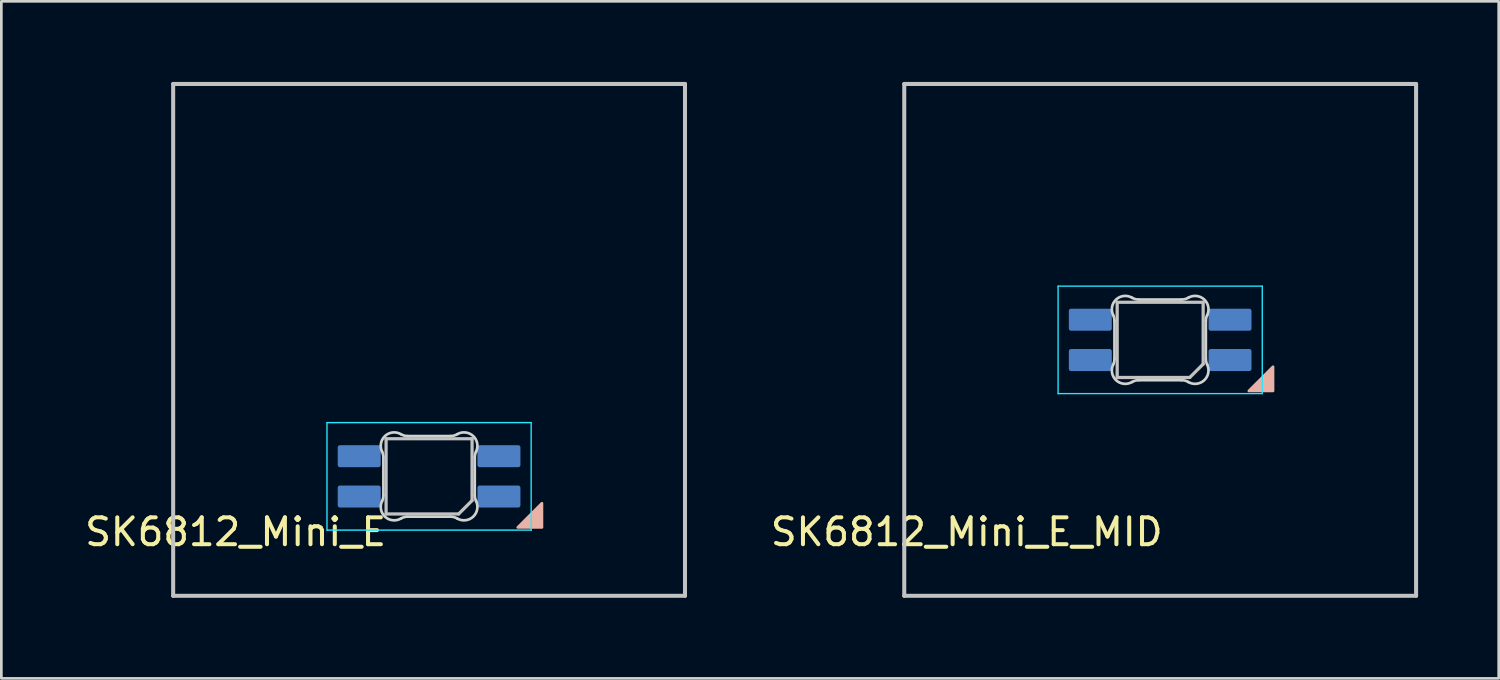
<source format=kicad_pcb>
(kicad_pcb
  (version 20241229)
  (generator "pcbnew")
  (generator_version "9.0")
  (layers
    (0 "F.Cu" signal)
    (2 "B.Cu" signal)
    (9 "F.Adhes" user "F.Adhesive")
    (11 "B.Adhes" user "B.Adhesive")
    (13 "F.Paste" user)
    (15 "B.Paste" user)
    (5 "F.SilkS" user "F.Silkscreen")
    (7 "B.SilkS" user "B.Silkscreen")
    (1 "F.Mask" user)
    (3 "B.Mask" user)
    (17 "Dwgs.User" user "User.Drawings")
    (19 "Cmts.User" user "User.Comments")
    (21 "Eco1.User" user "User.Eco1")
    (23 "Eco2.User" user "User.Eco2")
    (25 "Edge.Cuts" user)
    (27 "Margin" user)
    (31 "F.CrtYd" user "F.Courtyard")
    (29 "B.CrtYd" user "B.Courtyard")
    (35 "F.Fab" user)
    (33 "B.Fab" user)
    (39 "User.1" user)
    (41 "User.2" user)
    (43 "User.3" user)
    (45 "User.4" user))
  (footprint "SK6812_Mini_E"
    (layer "F.Cu")
    (at 12.92 9.6)
    (property "Reference" "SK6812_Mini_E" (at -7.2 7.15 0) (layer "F.SilkS") (effects (font (size 1 1) (thickness 0.15))))
    (attr through_hole)
    (fp_poly (pts (xy 4.2 6.08) (xy 3.3 6.98) (xy 4.2 6.98)) (stroke (width 0.1) (type solid)) (fill yes) (layer "B.SilkS"))
    (fp_line (start -9.525 -9.525) (end 9.525 -9.525) (stroke (width 0.15) (type solid)) (layer "Dwgs.User"))
    (fp_line (start -9.525 9.525) (end -9.525 -9.525) (stroke (width 0.15) (type solid)) (layer "Dwgs.User"))
    (fp_line (start -1.6 3.68) (end -1.6 6.48) (stroke (width 0.12) (type solid)) (layer "Dwgs.User"))
    (fp_line (start -1.6 6.48) (end 1.1 6.48) (stroke (width 0.12) (type solid)) (layer "Dwgs.User"))
    (fp_line (start 1.6 3.68) (end -1.6 3.68) (stroke (width 0.12) (type solid)) (layer "Dwgs.User"))
    (fp_line (start 1.6 5.98) (end 1.1 6.48) (stroke (width 0.12) (type solid)) (layer "Dwgs.User"))
    (fp_line (start 1.6 5.98) (end 1.6 3.68) (stroke (width 0.12) (type solid)) (layer "Dwgs.User"))
    (fp_line (start 9.525 -9.525) (end 9.525 9.525) (stroke (width 0.15) (type solid)) (layer "Dwgs.User"))
    (fp_line (start 9.525 9.525) (end -9.525 9.525) (stroke (width 0.15) (type solid)) (layer "Dwgs.User"))
    (fp_line (start -1.7 5.783) (end -1.7 4.377) (stroke (width 0.1) (type solid)) (layer "Edge.Cuts"))
    (fp_line (start -0.794 3.58) (end 0.794 3.58) (stroke (width 0.1) (type solid)) (layer "Edge.Cuts"))
    (fp_line (start 0.794 6.58) (end -0.794 6.58) (stroke (width 0.1) (type solid)) (layer "Edge.Cuts"))
    (fp_line (start 1.7 4.377) (end 1.7 5.783) (stroke (width 0.1) (type solid)) (layer "Edge.Cuts"))
    (fp_arc (start -1.749484 4.160279) (mid -1.712527 4.265931) (end -1.699999 4.377157) (stroke (width 0.1) (type solid)) (layer "Edge.Cuts"))
    (fp_arc (start -1.749484 4.160279) (mid -1.638071 3.575964) (end -1.046711 3.5117) (stroke (width 0.1) (type solid)) (layer "Edge.Cuts"))
    (fp_arc (start -1.699999 5.782842) (mid -1.712527 5.894067) (end -1.749484 5.999719) (stroke (width 0.1) (type solid)) (layer "Edge.Cuts"))
    (fp_arc (start -1.046711 6.648296) (mid -1.63807 6.584033) (end -1.749484 5.999719) (stroke (width 0.1) (type solid)) (layer "Edge.Cuts"))
    (fp_arc (start -1.04671 6.648298) (mid -0.925122 6.597376) (end -0.794452 6.579999) (stroke (width 0.1) (type solid)) (layer "Edge.Cuts"))
    (fp_arc (start -0.794453 3.579999) (mid -0.925123 3.562622) (end -1.046711 3.5117) (stroke (width 0.1) (type solid)) (layer "Edge.Cuts"))
    (fp_arc (start 0.794452 6.579999) (mid 0.925123 6.597376) (end 1.046711 6.648298) (stroke (width 0.1) (type solid)) (layer "Edge.Cuts"))
    (fp_arc (start 1.046711 3.511701) (mid 0.925123 3.562623) (end 0.794453 3.58) (stroke (width 0.1) (type solid)) (layer "Edge.Cuts"))
    (fp_arc (start 1.046711 3.511701) (mid 1.638071 3.575965) (end 1.749484 4.160279) (stroke (width 0.1) (type solid)) (layer "Edge.Cuts"))
    (fp_arc (start 1.699999 4.377156) (mid 1.712527 4.265931) (end 1.749484 4.160279) (stroke (width 0.1) (type solid)) (layer "Edge.Cuts"))
    (fp_arc (start 1.749484 5.999718) (mid 1.638072 6.584034) (end 1.046711 6.648298) (stroke (width 0.1) (type solid)) (layer "Edge.Cuts"))
    (fp_arc (start 1.749484 5.999719) (mid 1.712527 5.894067) (end 1.699999 5.782841) (stroke (width 0.1) (type solid)) (layer "Edge.Cuts"))
    (fp_line (start -3.8 3.08) (end -3.8 7.08) (stroke (width 0.05) (type solid)) (layer "B.CrtYd"))
    (fp_line (start -3.8 7.08) (end 3.8 7.08) (stroke (width 0.05) (type solid)) (layer "B.CrtYd"))
    (fp_line (start 3.8 3.08) (end -3.8 3.08) (stroke (width 0.05) (type solid)) (layer "B.CrtYd"))
    (fp_line (start 3.8 7.08) (end 3.8 3.08) (stroke (width 0.05) (type solid)) (layer "B.CrtYd"))
    (pad "1" smd roundrect (at -2.6 4.33 270) (size 0.82 1.6) (layers "B.Cu" "B.Mask" "B.Paste") (roundrect_rratio 0.1))
    (pad "2" smd roundrect (at -2.6 5.83 270) (size 0.82 1.6) (layers "B.Cu" "B.Mask" "B.Paste") (roundrect_rratio 0.1))
    (pad "3" smd roundrect (at 2.6 5.83 270) (size 0.82 1.6) (layers "B.Cu" "B.Mask" "B.Paste") (roundrect_rratio 0.1))
    (pad "4" smd roundrect (at 2.6 4.33 270) (size 0.82 1.6) (layers "B.Cu" "B.Mask" "B.Paste") (roundrect_rratio 0.1)))
  (footprint "SK6812_Mini_E_MID"
    (layer "F.Cu")
    (at 40.131 9.6)
    (property "Reference" "SK6812_Mini_E_MID" (at -7.2 7.15 0) (layer "F.SilkS") (effects (font (size 1 1) (thickness 0.15))))
    (attr through_hole)
    (fp_poly (pts (xy 4.2 1) (xy 3.3 1.9) (xy 4.2 1.9)) (stroke (width 0.1) (type solid)) (fill yes) (layer "B.SilkS"))
    (fp_line (start -9.525 -9.525) (end 9.525 -9.525) (stroke (width 0.15) (type solid)) (layer "Dwgs.User"))
    (fp_line (start -9.525 9.525) (end -9.525 -9.525) (stroke (width 0.15) (type solid)) (layer "Dwgs.User"))
    (fp_line (start -1.6 -1.4) (end -1.6 1.4) (stroke (width 0.12) (type solid)) (layer "Dwgs.User"))
    (fp_line (start -1.6 1.4) (end 1.1 1.4) (stroke (width 0.12) (type solid)) (layer "Dwgs.User"))
    (fp_line (start 1.6 -1.4) (end -1.6 -1.4) (stroke (width 0.12) (type solid)) (layer "Dwgs.User"))
    (fp_line (start 1.6 0.9) (end 1.1 1.4) (stroke (width 0.12) (type solid)) (layer "Dwgs.User"))
    (fp_line (start 1.6 0.9) (end 1.6 -1.4) (stroke (width 0.12) (type solid)) (layer "Dwgs.User"))
    (fp_line (start 9.525 -9.525) (end 9.525 9.525) (stroke (width 0.15) (type solid)) (layer "Dwgs.User"))
    (fp_line (start 9.525 9.525) (end -9.525 9.525) (stroke (width 0.15) (type solid)) (layer "Dwgs.User"))
    (fp_line (start -1.7 0.703) (end -1.7 -0.703) (stroke (width 0.1) (type solid)) (layer "Edge.Cuts"))
    (fp_line (start -0.794 -1.5) (end 0.794 -1.5) (stroke (width 0.1) (type solid)) (layer "Edge.Cuts"))
    (fp_line (start 0.794 1.5) (end -0.794 1.5) (stroke (width 0.1) (type solid)) (layer "Edge.Cuts"))
    (fp_line (start 1.7 -0.703) (end 1.7 0.703) (stroke (width 0.1) (type solid)) (layer "Edge.Cuts"))
    (fp_arc (start -1.749484 -0.919721) (mid -1.712527 -0.814069) (end -1.699999 -0.702843) (stroke (width 0.1) (type solid)) (layer "Edge.Cuts"))
    (fp_arc (start -1.749484 -0.919721) (mid -1.638071 -1.504036) (end -1.046711 -1.5683) (stroke (width 0.1) (type solid)) (layer "Edge.Cuts"))
    (fp_arc (start -1.699999 0.702842) (mid -1.712527 0.814067) (end -1.749484 0.919719) (stroke (width 0.1) (type solid)) (layer "Edge.Cuts"))
    (fp_arc (start -1.046711 1.568296) (mid -1.63807 1.504033) (end -1.749484 0.919719) (stroke (width 0.1) (type solid)) (layer "Edge.Cuts"))
    (fp_arc (start -1.04671 1.568298) (mid -0.925122 1.517376) (end -0.794452 1.499999) (stroke (width 0.1) (type solid)) (layer "Edge.Cuts"))
    (fp_arc (start -0.794453 -1.500001) (mid -0.925123 -1.517378) (end -1.046711 -1.5683) (stroke (width 0.1) (type solid)) (layer "Edge.Cuts"))
    (fp_arc (start 0.794452 1.499999) (mid 0.925123 1.517376) (end 1.046711 1.568298) (stroke (width 0.1) (type solid)) (layer "Edge.Cuts"))
    (fp_arc (start 1.046711 -1.568299) (mid 0.925123 -1.517377) (end 0.794453 -1.5) (stroke (width 0.1) (type solid)) (layer "Edge.Cuts"))
    (fp_arc (start 1.046711 -1.568299) (mid 1.638071 -1.504035) (end 1.749484 -0.919721) (stroke (width 0.1) (type solid)) (layer "Edge.Cuts"))
    (fp_arc (start 1.699999 -0.702844) (mid 1.712527 -0.814069) (end 1.749484 -0.919721) (stroke (width 0.1) (type solid)) (layer "Edge.Cuts"))
    (fp_arc (start 1.749484 0.919718) (mid 1.638072 1.504034) (end 1.046711 1.568298) (stroke (width 0.1) (type solid)) (layer "Edge.Cuts"))
    (fp_arc (start 1.749484 0.919719) (mid 1.712527 0.814067) (end 1.699999 0.702841) (stroke (width 0.1) (type solid)) (layer "Edge.Cuts"))
    (fp_line (start -3.8 -2) (end -3.8 2) (stroke (width 0.05) (type solid)) (layer "B.CrtYd"))
    (fp_line (start -3.8 2) (end 3.8 2) (stroke (width 0.05) (type solid)) (layer "B.CrtYd"))
    (fp_line (start 3.8 -2) (end -3.8 -2) (stroke (width 0.05) (type solid)) (layer "B.CrtYd"))
    (fp_line (start 3.8 2) (end 3.8 -2) (stroke (width 0.05) (type solid)) (layer "B.CrtYd"))
    (pad "1" smd roundrect (at -2.6 -0.75 270) (size 0.82 1.6) (layers "B.Cu" "B.Mask" "B.Paste") (roundrect_rratio 0.1))
    (pad "2" smd roundrect (at -2.6 0.75 270) (size 0.82 1.6) (layers "B.Cu" "B.Mask" "B.Paste") (roundrect_rratio 0.1))
    (pad "3" smd roundrect (at 2.6 0.75 270) (size 0.82 1.6) (layers "B.Cu" "B.Mask" "B.Paste") (roundrect_rratio 0.1))
    (pad "4" smd roundrect (at 2.6 -0.75 270) (size 0.82 1.6) (layers "B.Cu" "B.Mask" "B.Paste") (roundrect_rratio 0.1)))
  (gr_rect
    (start -3 -3)
    (end 52.731 22.2)
    (stroke (width 0.1) (type default))
    (fill no)
    (layer "Edge.Cuts")))
</source>
